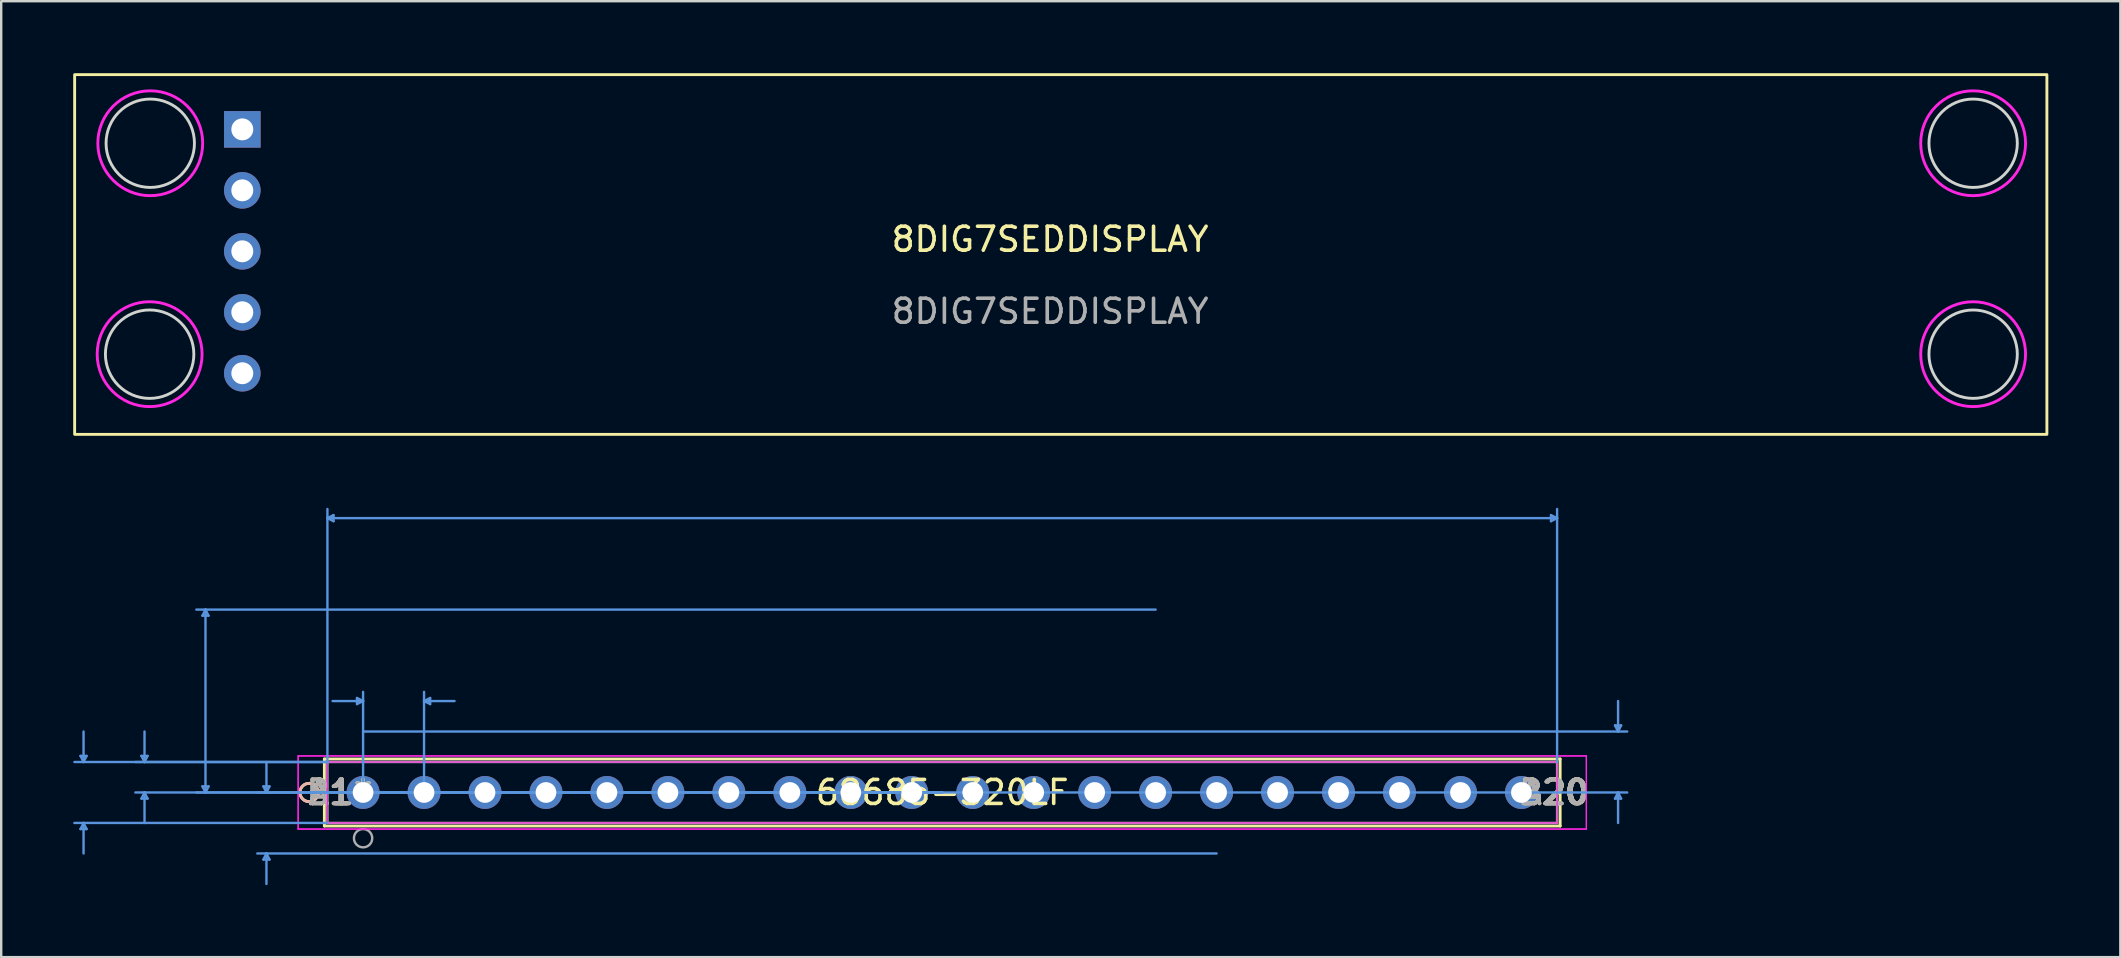
<source format=kicad_pcb>
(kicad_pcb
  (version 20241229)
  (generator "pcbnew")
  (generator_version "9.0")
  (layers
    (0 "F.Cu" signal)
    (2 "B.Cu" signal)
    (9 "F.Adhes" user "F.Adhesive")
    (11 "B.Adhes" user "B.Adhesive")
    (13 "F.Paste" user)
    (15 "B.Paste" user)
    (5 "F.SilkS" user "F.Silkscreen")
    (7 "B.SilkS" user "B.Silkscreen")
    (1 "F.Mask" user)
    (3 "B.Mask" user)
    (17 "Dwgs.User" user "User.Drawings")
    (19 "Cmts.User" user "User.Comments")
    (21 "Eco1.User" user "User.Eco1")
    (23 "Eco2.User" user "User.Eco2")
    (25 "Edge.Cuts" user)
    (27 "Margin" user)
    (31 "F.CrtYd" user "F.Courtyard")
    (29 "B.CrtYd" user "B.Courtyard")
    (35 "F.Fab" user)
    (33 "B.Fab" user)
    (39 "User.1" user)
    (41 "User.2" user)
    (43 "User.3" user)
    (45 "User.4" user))
  (footprint "8DIG7SEDDISPLAY"
    (layer "F.Cu")
    (at 40.7 7.42)
    (property "Reference" "8DIG7SEDDISPLAY" (at 0 -0.5 0) (unlocked yes) (layer "F.SilkS") (effects (font (size 1 1) (thickness 0.15))))
    (attr through_hole)
    (fp_rect (start -40.64 7.626) (end 41.529 -7.36) (stroke (width 0.12) (type solid)) (fill no) (layer "F.SilkS"))
    (fp_circle (center -37.516 4.286) (end -35.674 4.286) (stroke (width 0.12) (type solid)) (fill no) (layer "Edge.Cuts"))
    (fp_circle (center -37.49 -4.502) (end -35.649 -4.502) (stroke (width 0.12) (type solid)) (fill no) (layer "Edge.Cuts"))
    (fp_circle (center 38.456 -4.502) (end 40.297 -4.502) (stroke (width 0.12) (type solid)) (fill no) (layer "Edge.Cuts"))
    (fp_circle (center 38.456 4.286) (end 40.297 4.286) (stroke (width 0.12) (type solid)) (fill no) (layer "Edge.Cuts"))
    (fp_circle (center -37.516 4.286) (end -35.331 4.286) (stroke (width 0.12) (type solid)) (fill no) (layer "F.CrtYd"))
    (fp_circle (center -37.49 -4.502) (end -35.306 -4.502) (stroke (width 0.12) (type solid)) (fill no) (layer "F.CrtYd"))
    (fp_circle (center 38.456 -4.502) (end 40.64 -4.502) (stroke (width 0.12) (type solid)) (fill no) (layer "F.CrtYd"))
    (fp_circle (center 38.456 4.286) (end 40.64 4.286) (stroke (width 0.12) (type solid)) (fill no) (layer "F.CrtYd"))
    (fp_text user "${REFERENCE}" (at 0 2.5 0) (unlocked yes) (layer "F.Fab") (effects (font (size 1 1) (thickness 0.15))))
    (pad "1" thru_hole circle (at -33.655 5.08) (size 1.524 1.524) (drill 0.914) (layers "*.Cu" "*.Mask"))
    (pad "2" thru_hole circle (at -33.655 2.54) (size 1.524 1.524) (drill 0.914) (layers "*.Cu" "*.Mask"))
    (pad "3" thru_hole circle (at -33.655 0) (size 1.524 1.524) (drill 0.914) (layers "*.Cu" "*.Mask"))
    (pad "4" thru_hole circle (at -33.655 -2.54) (size 1.524 1.524) (drill 0.914) (layers "*.Cu" "*.Mask"))
    (pad "5" thru_hole rect (at -33.655 -5.08) (size 1.524 1.524) (drill 0.914) (layers "*.Cu" "*.Mask")))
  (footprint "68685-320LF"
    (layer "F.Cu")
    (at 12.077 29.967)
    (property "Reference" "68685-320LF" (at 24.13 0 0) (layer "F.SilkS") (effects (font (size 1 1) (thickness 0.15))))
    (attr through_hole)
    (fp_line (start -1.613 -1.397) (end -1.613 1.397) (stroke (width 0.12) (type solid)) (layer "F.SilkS"))
    (fp_line (start -1.613 1.397) (end 49.873 1.397) (stroke (width 0.12) (type solid)) (layer "F.SilkS"))
    (fp_line (start 49.873 -1.397) (end -1.613 -1.397) (stroke (width 0.12) (type solid)) (layer "F.SilkS"))
    (fp_line (start 49.873 1.397) (end 49.873 -1.397) (stroke (width 0.12) (type solid)) (layer "F.SilkS"))
    (fp_circle (center -2.248 0) (end -1.867 0) (stroke (width 0.12) (type solid)) (fill no) (layer "F.SilkS"))
    (fp_circle (center -2.248 0) (end -1.867 0) (stroke (width 0.12) (type solid)) (fill no) (layer "B.SilkS"))
    (fp_line (start -11.773 -1.524) (end -11.519 -1.524) (stroke (width 0.1) (type solid)) (layer "Cmts.User"))
    (fp_line (start -11.773 1.524) (end -11.519 1.524) (stroke (width 0.1) (type solid)) (layer "Cmts.User"))
    (fp_line (start -11.646 -1.27) (end -11.773 -1.524) (stroke (width 0.1) (type solid)) (layer "Cmts.User"))
    (fp_line (start -11.646 -1.27) (end -11.646 -2.54) (stroke (width 0.1) (type solid)) (layer "Cmts.User"))
    (fp_line (start -11.646 -1.27) (end -11.519 -1.524) (stroke (width 0.1) (type solid)) (layer "Cmts.User"))
    (fp_line (start -11.646 1.27) (end -11.773 1.524) (stroke (width 0.1) (type solid)) (layer "Cmts.User"))
    (fp_line (start -11.646 1.27) (end -11.646 2.54) (stroke (width 0.1) (type solid)) (layer "Cmts.User"))
    (fp_line (start -11.646 1.27) (end -11.519 1.524) (stroke (width 0.1) (type solid)) (layer "Cmts.User"))
    (fp_line (start -9.233 -1.524) (end -8.979 -1.524) (stroke (width 0.1) (type solid)) (layer "Cmts.User"))
    (fp_line (start -9.233 0.254) (end -8.979 0.254) (stroke (width 0.1) (type solid)) (layer "Cmts.User"))
    (fp_line (start -9.106 -1.27) (end -9.233 -1.524) (stroke (width 0.1) (type solid)) (layer "Cmts.User"))
    (fp_line (start -9.106 -1.27) (end -9.106 -2.54) (stroke (width 0.1) (type solid)) (layer "Cmts.User"))
    (fp_line (start -9.106 -1.27) (end -8.979 -1.524) (stroke (width 0.1) (type solid)) (layer "Cmts.User"))
    (fp_line (start -9.106 0) (end -9.233 0.254) (stroke (width 0.1) (type solid)) (layer "Cmts.User"))
    (fp_line (start -9.106 0) (end -9.106 1.27) (stroke (width 0.1) (type solid)) (layer "Cmts.User"))
    (fp_line (start -9.106 0) (end -8.979 0.254) (stroke (width 0.1) (type solid)) (layer "Cmts.User"))
    (fp_line (start -6.693 -7.366) (end -6.439 -7.366) (stroke (width 0.1) (type solid)) (layer "Cmts.User"))
    (fp_line (start -6.693 -0.254) (end -6.439 -0.254) (stroke (width 0.1) (type solid)) (layer "Cmts.User"))
    (fp_line (start -6.566 -7.62) (end -6.693 -7.366) (stroke (width 0.1) (type solid)) (layer "Cmts.User"))
    (fp_line (start -6.566 -7.62) (end -6.566 0) (stroke (width 0.1) (type solid)) (layer "Cmts.User"))
    (fp_line (start -6.566 -7.62) (end -6.439 -7.366) (stroke (width 0.1) (type solid)) (layer "Cmts.User"))
    (fp_line (start -6.566 0) (end -6.693 -0.254) (stroke (width 0.1) (type solid)) (layer "Cmts.User"))
    (fp_line (start -6.566 0) (end -6.439 -0.254) (stroke (width 0.1) (type solid)) (layer "Cmts.User"))
    (fp_line (start -4.153 -0.254) (end -3.899 -0.254) (stroke (width 0.1) (type solid)) (layer "Cmts.User"))
    (fp_line (start -4.153 2.794) (end -3.899 2.794) (stroke (width 0.1) (type solid)) (layer "Cmts.User"))
    (fp_line (start -4.026 0) (end -4.153 -0.254) (stroke (width 0.1) (type solid)) (layer "Cmts.User"))
    (fp_line (start -4.026 0) (end -4.026 -1.27) (stroke (width 0.1) (type solid)) (layer "Cmts.User"))
    (fp_line (start -4.026 0) (end -3.899 -0.254) (stroke (width 0.1) (type solid)) (layer "Cmts.User"))
    (fp_line (start -4.026 2.54) (end -4.153 2.794) (stroke (width 0.1) (type solid)) (layer "Cmts.User"))
    (fp_line (start -4.026 2.54) (end -4.026 3.81) (stroke (width 0.1) (type solid)) (layer "Cmts.User"))
    (fp_line (start -4.026 2.54) (end -3.899 2.794) (stroke (width 0.1) (type solid)) (layer "Cmts.User"))
    (fp_line (start -1.486 -11.43) (end -1.232 -11.557) (stroke (width 0.1) (type solid)) (layer "Cmts.User"))
    (fp_line (start -1.486 -11.43) (end -1.232 -11.303) (stroke (width 0.1) (type solid)) (layer "Cmts.User"))
    (fp_line (start -1.486 -11.43) (end 49.746 -11.43) (stroke (width 0.1) (type solid)) (layer "Cmts.User"))
    (fp_line (start -1.486 -1.27) (end -12.027 -1.27) (stroke (width 0.1) (type solid)) (layer "Cmts.User"))
    (fp_line (start -1.486 -1.27) (end -9.487 -1.27) (stroke (width 0.1) (type solid)) (layer "Cmts.User"))
    (fp_line (start -1.486 -1.27) (end -1.486 -11.811) (stroke (width 0.1) (type solid)) (layer "Cmts.User"))
    (fp_line (start -1.486 1.27) (end -12.027 1.27) (stroke (width 0.1) (type solid)) (layer "Cmts.User"))
    (fp_line (start -1.232 -11.557) (end -1.232 -11.303) (stroke (width 0.1) (type solid)) (layer "Cmts.User"))
    (fp_line (start -0.254 -3.937) (end -0.254 -3.683) (stroke (width 0.1) (type solid)) (layer "Cmts.User"))
    (fp_line (start 0 -3.81) (end -1.27 -3.81) (stroke (width 0.1) (type solid)) (layer "Cmts.User"))
    (fp_line (start 0 -3.81) (end -0.254 -3.937) (stroke (width 0.1) (type solid)) (layer "Cmts.User"))
    (fp_line (start 0 -3.81) (end -0.254 -3.683) (stroke (width 0.1) (type solid)) (layer "Cmts.User"))
    (fp_line (start 0 -2.54) (end 52.667 -2.54) (stroke (width 0.1) (type solid)) (layer "Cmts.User"))
    (fp_line (start 0 0) (end 0 -4.191) (stroke (width 0.1) (type solid)) (layer "Cmts.User"))
    (fp_line (start 0 0) (end 52.667 0) (stroke (width 0.1) (type solid)) (layer "Cmts.User"))
    (fp_line (start 2.54 -3.81) (end 2.794 -3.937) (stroke (width 0.1) (type solid)) (layer "Cmts.User"))
    (fp_line (start 2.54 -3.81) (end 2.794 -3.683) (stroke (width 0.1) (type solid)) (layer "Cmts.User"))
    (fp_line (start 2.54 -3.81) (end 3.81 -3.81) (stroke (width 0.1) (type solid)) (layer "Cmts.User"))
    (fp_line (start 2.54 0) (end 2.54 -4.191) (stroke (width 0.1) (type solid)) (layer "Cmts.User"))
    (fp_line (start 2.794 -3.937) (end 2.794 -3.683) (stroke (width 0.1) (type solid)) (layer "Cmts.User"))
    (fp_line (start 24.13 0) (end -9.487 0) (stroke (width 0.1) (type solid)) (layer "Cmts.User"))
    (fp_line (start 24.13 0) (end -6.947 0) (stroke (width 0.1) (type solid)) (layer "Cmts.User"))
    (fp_line (start 24.13 0) (end -4.407 0) (stroke (width 0.1) (type solid)) (layer "Cmts.User"))
    (fp_line (start 33.02 -7.62) (end -6.947 -7.62) (stroke (width 0.1) (type solid)) (layer "Cmts.User"))
    (fp_line (start 35.56 2.54) (end -4.407 2.54) (stroke (width 0.1) (type solid)) (layer "Cmts.User"))
    (fp_line (start 49.492 -11.557) (end 49.492 -11.303) (stroke (width 0.1) (type solid)) (layer "Cmts.User"))
    (fp_line (start 49.746 -11.43) (end 49.492 -11.557) (stroke (width 0.1) (type solid)) (layer "Cmts.User"))
    (fp_line (start 49.746 -11.43) (end 49.492 -11.303) (stroke (width 0.1) (type solid)) (layer "Cmts.User"))
    (fp_line (start 49.746 -1.27) (end 49.746 -11.811) (stroke (width 0.1) (type solid)) (layer "Cmts.User"))
    (fp_line (start 52.159 -2.794) (end 52.413 -2.794) (stroke (width 0.1) (type solid)) (layer "Cmts.User"))
    (fp_line (start 52.159 0.254) (end 52.413 0.254) (stroke (width 0.1) (type solid)) (layer "Cmts.User"))
    (fp_line (start 52.286 -2.54) (end 52.159 -2.794) (stroke (width 0.1) (type solid)) (layer "Cmts.User"))
    (fp_line (start 52.286 -2.54) (end 52.286 -3.81) (stroke (width 0.1) (type solid)) (layer "Cmts.User"))
    (fp_line (start 52.286 -2.54) (end 52.413 -2.794) (stroke (width 0.1) (type solid)) (layer "Cmts.User"))
    (fp_line (start 52.286 0) (end 52.159 0.254) (stroke (width 0.1) (type solid)) (layer "Cmts.User"))
    (fp_line (start 52.286 0) (end 52.286 1.27) (stroke (width 0.1) (type solid)) (layer "Cmts.User"))
    (fp_line (start 52.286 0) (end 52.413 0.254) (stroke (width 0.1) (type solid)) (layer "Cmts.User"))
    (fp_line (start -2.705 -1.524) (end -2.705 1.524) (stroke (width 0.05) (type solid)) (layer "F.CrtYd"))
    (fp_line (start -2.705 -1.524) (end -2.705 1.524) (stroke (width 0.05) (type solid)) (layer "F.CrtYd"))
    (fp_line (start -2.705 1.524) (end 50.965 1.524) (stroke (width 0.05) (type solid)) (layer "F.CrtYd"))
    (fp_line (start -2.705 1.524) (end 50.965 1.524) (stroke (width 0.05) (type solid)) (layer "F.CrtYd"))
    (fp_line (start -1.486 -1.27) (end -1.486 1.27) (stroke (width 0.05) (type solid)) (layer "F.CrtYd"))
    (fp_line (start -1.486 1.27) (end 49.746 1.27) (stroke (width 0.05) (type solid)) (layer "F.CrtYd"))
    (fp_line (start 49.746 -1.27) (end -1.486 -1.27) (stroke (width 0.05) (type solid)) (layer "F.CrtYd"))
    (fp_line (start 49.746 1.27) (end 49.746 -1.27) (stroke (width 0.05) (type solid)) (layer "F.CrtYd"))
    (fp_line (start 50.965 -1.524) (end -2.705 -1.524) (stroke (width 0.05) (type solid)) (layer "F.CrtYd"))
    (fp_line (start 50.965 -1.524) (end -2.705 -1.524) (stroke (width 0.05) (type solid)) (layer "F.CrtYd"))
    (fp_line (start 50.965 1.524) (end 50.965 -1.524) (stroke (width 0.05) (type solid)) (layer "F.CrtYd"))
    (fp_line (start 50.965 1.524) (end 50.965 -1.524) (stroke (width 0.05) (type solid)) (layer "F.CrtYd"))
    (fp_line (start -1.486 -1.27) (end -1.486 1.27) (stroke (width 0.1) (type solid)) (layer "F.Fab"))
    (fp_line (start -1.486 1.27) (end 49.746 1.27) (stroke (width 0.1) (type solid)) (layer "F.Fab"))
    (fp_line (start 49.746 -1.27) (end -1.486 -1.27) (stroke (width 0.1) (type solid)) (layer "F.Fab"))
    (fp_line (start 49.746 1.27) (end 49.746 -1.27) (stroke (width 0.1) (type solid)) (layer "F.Fab"))
    (fp_circle (center 0 1.905) (end 0.381 1.905) (stroke (width 0.1) (type solid)) (fill no) (layer "F.Fab"))
    (fp_text user "A20" (at 49.632 0 0) (layer "F.SilkS") (effects (font (size 1 1) (thickness 0.15))))
    (fp_text user "B1" (at -1.372 0 0) (layer "F.SilkS") (effects (font (size 1 1) (thickness 0.15))))
    (fp_text user "A1" (at -1.372 0 0) (layer "F.SilkS") (effects (font (size 1 1) (thickness 0.15))))
    (fp_text user "*" (at 0 0 0) (layer "F.SilkS") (effects (font (size 1 1) (thickness 0.15))))
    (fp_text user "B20" (at 49.632 0 0) (layer "F.SilkS") (effects (font (size 1 1) (thickness 0.15))))
    (fp_text user "A20" (at 49.632 0 0) (layer "B.SilkS") (effects (font (size 1 1) (thickness 0.15))))
    (fp_text user "A1" (at -1.372 0 0) (layer "B.SilkS") (effects (font (size 1 1) (thickness 0.15))))
    (fp_text user "B1" (at -1.372 0 0) (layer "B.SilkS") (effects (font (size 1 1) (thickness 0.15))))
    (fp_text user "B20" (at 49.632 0 0) (layer "B.SilkS") (effects (font (size 1 1) (thickness 0.15))))
    (fp_text user "Copyright 2021 Accelerated Designs. All rights reserved." (at 0 0 0) (layer "Cmts.User") (effects (font (size 0.127 0.127) (thickness 0.002))))
    (fp_text user "B20" (at 49.632 0 0) (layer "F.Fab") (effects (font (size 1 1) (thickness 0.15))))
    (fp_text user "B1" (at -1.372 0 0) (layer "F.Fab") (effects (font (size 1 1) (thickness 0.15))))
    (fp_text user "*" (at 0 0 0) (layer "F.Fab") (effects (font (size 1 1) (thickness 0.15))))
    (fp_text user "A20" (at 49.632 0 0) (layer "F.Fab") (effects (font (size 1 1) (thickness 0.15))))
    (fp_text user "A1" (at -1.372 0 0) (layer "F.Fab") (effects (font (size 1 1) (thickness 0.15))))
    (pad "A1" thru_hole circle (at 0 0) (size 1.372 1.372) (drill 0.864) (layers "*.Cu" "*.Mask"))
    (pad "A2" thru_hole circle (at 2.54 0) (size 1.372 1.372) (drill 0.864) (layers "*.Cu" "*.Mask"))
    (pad "A3" thru_hole circle (at 5.08 0) (size 1.372 1.372) (drill 0.864) (layers "*.Cu" "*.Mask"))
    (pad "A4" thru_hole circle (at 7.62 0) (size 1.372 1.372) (drill 0.864) (layers "*.Cu" "*.Mask"))
    (pad "A5" thru_hole circle (at 10.16 0) (size 1.372 1.372) (drill 0.864) (layers "*.Cu" "*.Mask"))
    (pad "A6" thru_hole circle (at 12.7 0) (size 1.372 1.372) (drill 0.864) (layers "*.Cu" "*.Mask"))
    (pad "A7" thru_hole circle (at 15.24 0) (size 1.372 1.372) (drill 0.864) (layers "*.Cu" "*.Mask"))
    (pad "A8" thru_hole circle (at 17.78 0) (size 1.372 1.372) (drill 0.864) (layers "*.Cu" "*.Mask"))
    (pad "A9" thru_hole circle (at 20.32 0) (size 1.372 1.372) (drill 0.864) (layers "*.Cu" "*.Mask"))
    (pad "A10" thru_hole circle (at 22.86 0) (size 1.372 1.372) (drill 0.864) (layers "*.Cu" "*.Mask"))
    (pad "A11" thru_hole circle (at 25.4 0) (size 1.372 1.372) (drill 0.864) (layers "*.Cu" "*.Mask"))
    (pad "A12" thru_hole circle (at 27.94 0) (size 1.372 1.372) (drill 0.864) (layers "*.Cu" "*.Mask"))
    (pad "A13" thru_hole circle (at 30.48 0) (size 1.372 1.372) (drill 0.864) (layers "*.Cu" "*.Mask"))
    (pad "A14" thru_hole circle (at 33.02 0) (size 1.372 1.372) (drill 0.864) (layers "*.Cu" "*.Mask"))
    (pad "A15" thru_hole circle (at 35.56 0) (size 1.372 1.372) (drill 0.864) (layers "*.Cu" "*.Mask"))
    (pad "A16" thru_hole circle (at 38.1 0) (size 1.372 1.372) (drill 0.864) (layers "*.Cu" "*.Mask"))
    (pad "A17" thru_hole circle (at 40.64 0) (size 1.372 1.372) (drill 0.864) (layers "*.Cu" "*.Mask"))
    (pad "A18" thru_hole circle (at 43.18 0) (size 1.372 1.372) (drill 0.864) (layers "*.Cu" "*.Mask"))
    (pad "A19" thru_hole circle (at 45.72 0) (size 1.372 1.372) (drill 0.864) (layers "*.Cu" "*.Mask"))
    (pad "A20" thru_hole circle (at 48.26 0) (size 1.372 1.372) (drill 0.864) (layers "*.Cu" "*.Mask")))
  (gr_rect
    (start -3 -3)
    (end 85.289 36.827)
    (stroke (width 0.1) (type default))
    (fill no)
    (layer "Edge.Cuts")))
</source>
